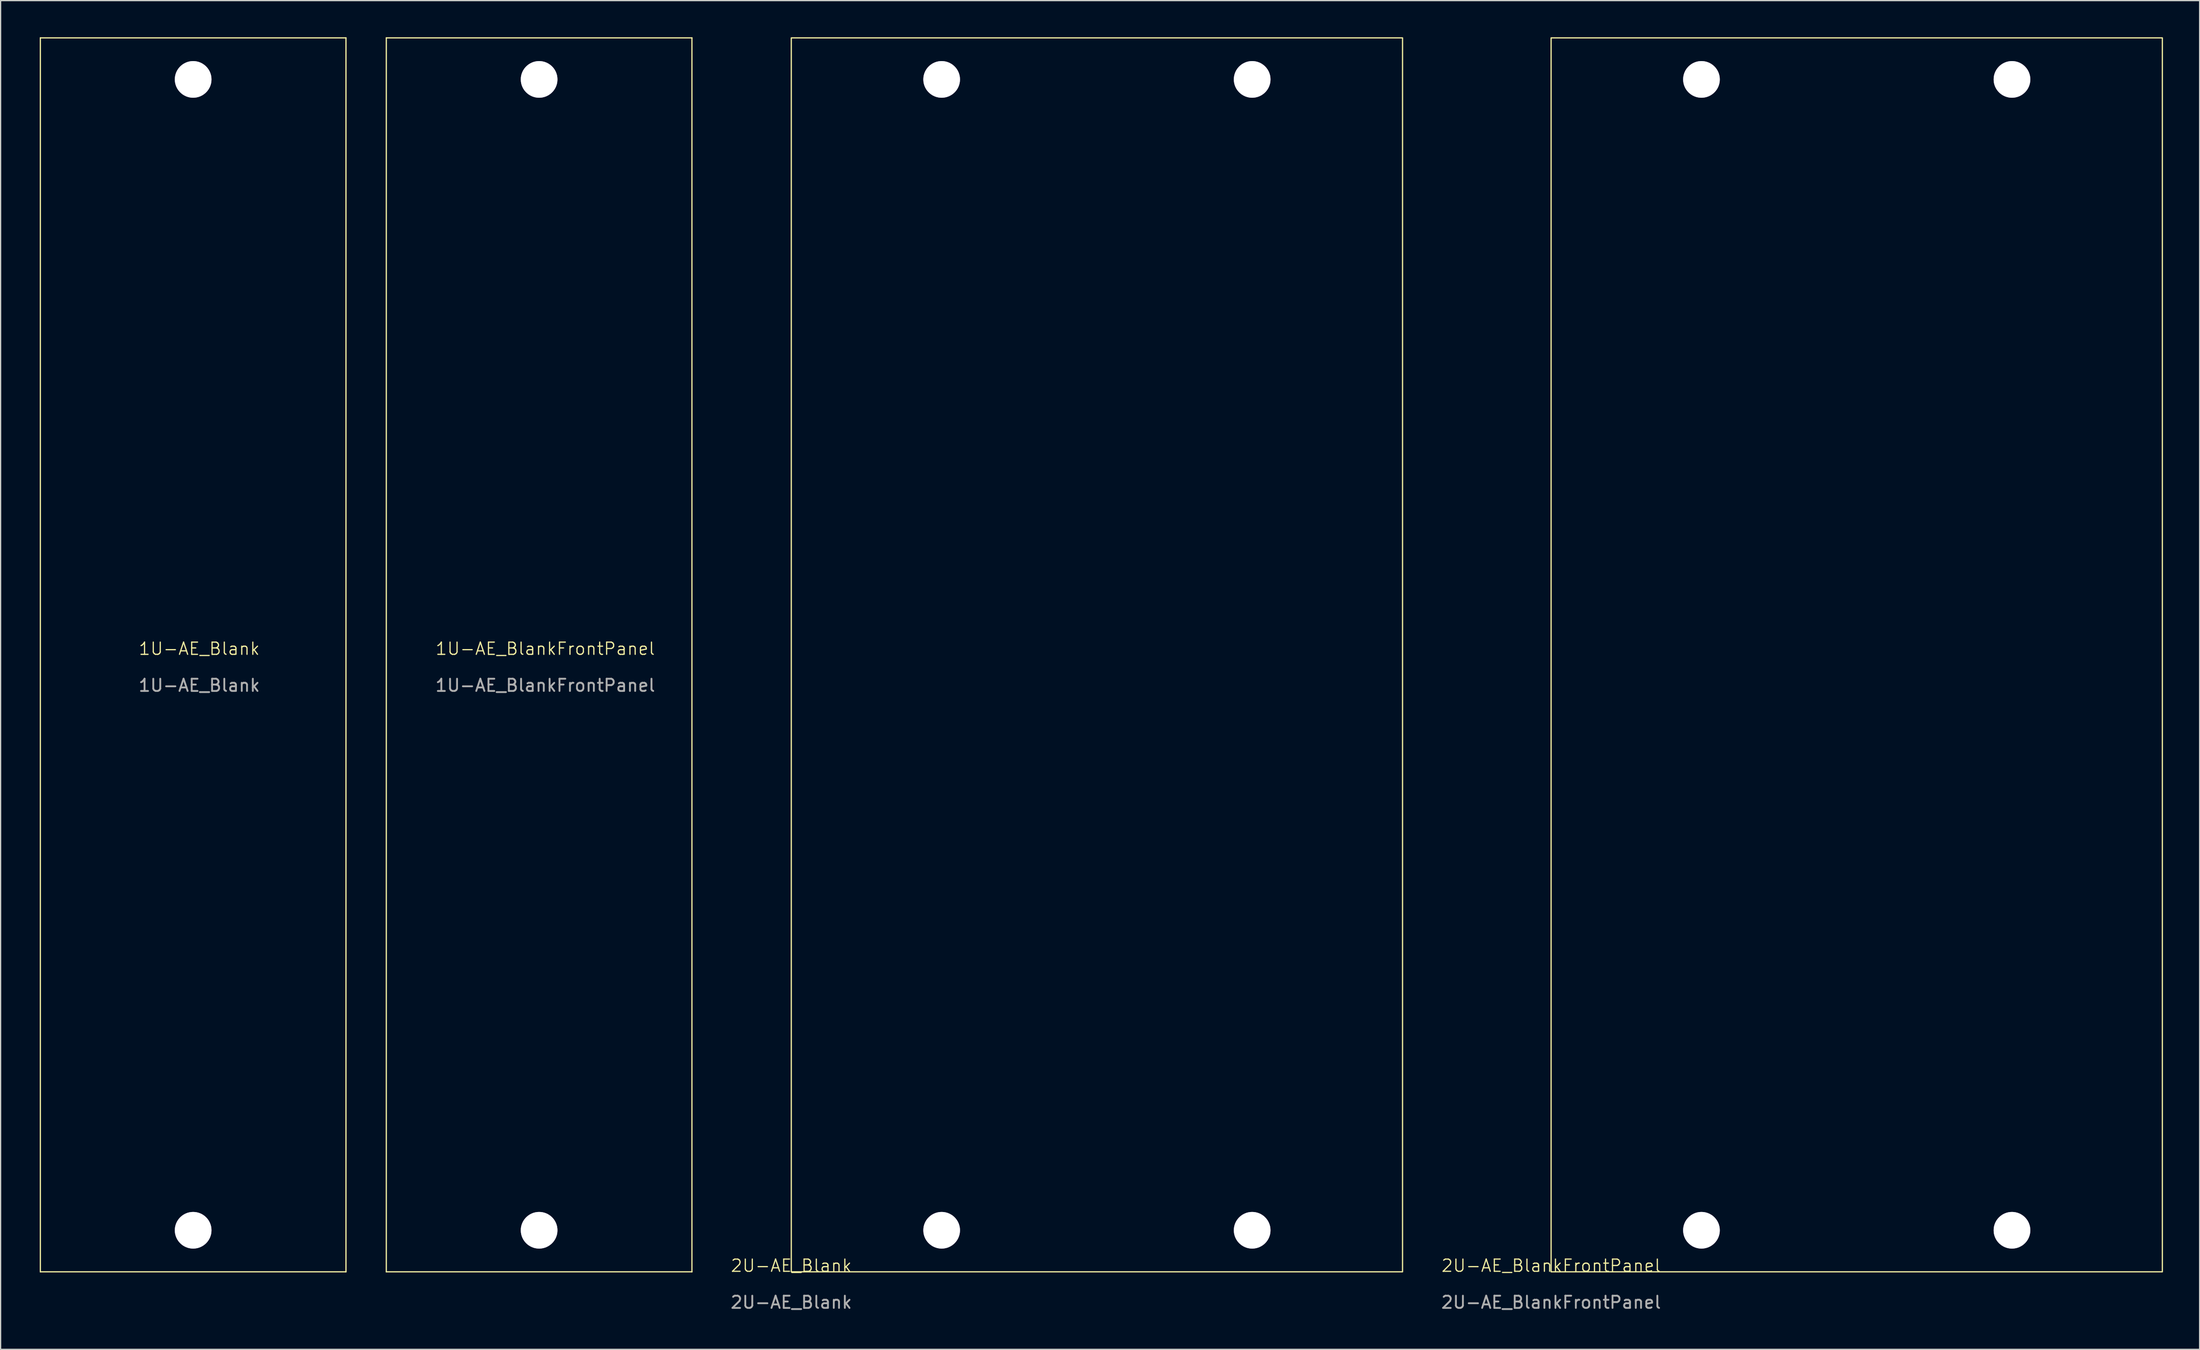
<source format=kicad_pcb>
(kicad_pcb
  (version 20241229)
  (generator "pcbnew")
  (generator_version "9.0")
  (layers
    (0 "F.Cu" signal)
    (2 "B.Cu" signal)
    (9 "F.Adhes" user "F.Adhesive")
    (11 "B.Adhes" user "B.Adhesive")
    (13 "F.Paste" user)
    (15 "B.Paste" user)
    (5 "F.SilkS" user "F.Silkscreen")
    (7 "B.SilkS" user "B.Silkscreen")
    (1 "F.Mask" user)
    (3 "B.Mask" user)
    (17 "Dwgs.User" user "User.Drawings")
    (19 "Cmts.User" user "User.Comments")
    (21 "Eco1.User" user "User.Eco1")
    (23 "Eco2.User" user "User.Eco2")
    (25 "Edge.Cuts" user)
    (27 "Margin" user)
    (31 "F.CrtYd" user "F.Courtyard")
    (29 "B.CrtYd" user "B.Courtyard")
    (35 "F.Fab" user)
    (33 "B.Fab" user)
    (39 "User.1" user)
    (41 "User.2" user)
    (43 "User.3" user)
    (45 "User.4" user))
  (footprint "1U-AE_BlankFrontPanel"
    (layer "F.Cu")
    (at 28.55 101.05)
    (property "Reference" "1U-AE_BlankFrontPanel" (at 13 -51 0) (unlocked yes) (layer "F.SilkS") (effects (font (size 1 1) (thickness 0.1))))
    (attr through_hole)
    (fp_line (start 0 -101) (end 25 -101) (stroke (width 0.1) (type default)) (layer "F.SilkS"))
    (fp_line (start 0 0) (end 0 -101) (stroke (width 0.1) (type default)) (layer "F.SilkS"))
    (fp_line (start 25 -101) (end 25 0) (stroke (width 0.1) (type default)) (layer "F.SilkS"))
    (fp_line (start 25 0) (end 0 0) (stroke (width 0.1) (type default)) (layer "F.SilkS"))
    (fp_text user "${REFERENCE}" (at 13 -48 0) (unlocked yes) (layer "F.Fab") (effects (font (size 1 1) (thickness 0.15))))
    (pad "" thru_hole circle (at 12.5 -97.6) (size 3 3) (drill 3) (layers "*.Cu" "*.Mask"))
    (pad "" thru_hole circle (at 12.5 -3.4) (size 3 3) (drill 3) (layers "*.Cu" "*.Mask"))
    (zone (net_name "") (layer "F.SilkS") (hatch edge 0.5) (connect_pads) (min_thickness 0.25) (filled_areas_thickness no) (keepout (tracks allowed) (vias allowed) (pads not_allowed) (copperpour allowed) (footprints not_allowed)) (placement (enabled no)) (fill) (polygon (pts (xy 28.55 0.05) (xy 53.55 0.05) (xy 53.55 101.05) (xy 28.55 101.05)))))
  (footprint "2U-AE_BlankFrontPanel"
    (layer "F.Cu")
    (at 123.829 101.05)
    (property "Reference" "2U-AE_BlankFrontPanel" (at 0 -0.5 0) (unlocked yes) (layer "F.SilkS") (effects (font (size 1 1) (thickness 0.1))))
    (attr through_hole)
    (fp_rect (start 0 -101) (end 50 0) (stroke (width 0.1) (type default)) (fill no) (layer "F.SilkS"))
    (fp_text user "${REFERENCE}" (at 0 2.5 0) (unlocked yes) (layer "F.Fab") (effects (font (size 1 1) (thickness 0.15))))
    (pad "" thru_hole circle (at 12.3 -97.6) (size 3 3) (drill 3) (layers "*.Cu" "F.Mask" "F.Paste"))
    (pad "" thru_hole circle (at 12.3 -3.4) (size 3 3) (drill 3) (layers "*.Cu" "F.Mask" "F.Paste"))
    (pad "" thru_hole circle (at 37.7 -97.6) (size 3 3) (drill 3) (layers "*.Cu" "F.Mask" "F.Paste"))
    (pad "" thru_hole circle (at 37.7 -3.4) (size 3 3) (drill 3) (layers "*.Cu" "F.Mask" "F.Paste")))
  (footprint "1U-AE_Blank"
    (layer "F.Cu")
    (at 0.25 101.05)
    (property "Reference" "1U-AE_Blank" (at 13 -51 0) (unlocked yes) (layer "F.SilkS") (effects (font (size 1 1) (thickness 0.1))))
    (attr through_hole)
    (fp_line (start 0 -101) (end 25 -101) (stroke (width 0.1) (type default)) (layer "F.SilkS"))
    (fp_line (start 0 0) (end 0 -101) (stroke (width 0.1) (type default)) (layer "F.SilkS"))
    (fp_line (start 25 -101) (end 25 0) (stroke (width 0.1) (type default)) (layer "F.SilkS"))
    (fp_line (start 25 0) (end 0 0) (stroke (width 0.1) (type default)) (layer "F.SilkS"))
    (fp_text user "${REFERENCE}" (at 13 -48 0) (unlocked yes) (layer "F.Fab") (effects (font (size 1 1) (thickness 0.15))))
    (pad "" thru_hole circle (at 12.5 -97.6) (size 3 3) (drill 3) (layers "*.Cu" "*.Mask"))
    (pad "" thru_hole circle (at 12.5 -3.4) (size 3 3) (drill 3) (layers "*.Cu" "*.Mask"))
    (zone (net_name "") (layer "F.SilkS") (hatch edge 0.5) (connect_pads) (min_thickness 0.25) (filled_areas_thickness no) (keepout (tracks allowed) (vias allowed) (pads not_allowed) (copperpour allowed) (footprints not_allowed)) (placement (enabled no)) (fill) (polygon (pts (xy 0.25 0.05) (xy 25.25 0.05) (xy 25.25 101.05) (xy 0.25 101.05)))))
  (footprint "2U-AE_Blank"
    (layer "F.Cu")
    (at 61.677 101.05)
    (property "Reference" "2U-AE_Blank" (at 0 -0.5 0) (unlocked yes) (layer "F.SilkS") (effects (font (size 1 1) (thickness 0.1))))
    (attr through_hole)
    (fp_rect (start 0 -101) (end 50 0) (stroke (width 0.1) (type default)) (fill no) (layer "F.SilkS"))
    (fp_text user "${REFERENCE}" (at 0 2.5 0) (unlocked yes) (layer "F.Fab") (effects (font (size 1 1) (thickness 0.15))))
    (pad "" thru_hole circle (at 12.3 -97.6) (size 3 3) (drill 3) (layers "*.Cu" "F.Mask" "F.Paste"))
    (pad "" thru_hole circle (at 12.3 -3.4) (size 3 3) (drill 3) (layers "*.Cu" "F.Mask" "F.Paste"))
    (pad "" thru_hole circle (at 37.7 -97.6) (size 3 3) (drill 3) (layers "*.Cu" "F.Mask" "F.Paste"))
    (pad "" thru_hole circle (at 37.7 -3.4) (size 3 3) (drill 3) (layers "*.Cu" "F.Mask" "F.Paste")))
  (gr_rect
    (start -3 -3)
    (end 176.879 107.398)
    (stroke (width 0.1) (type default))
    (fill no)
    (layer "Edge.Cuts")))
</source>
